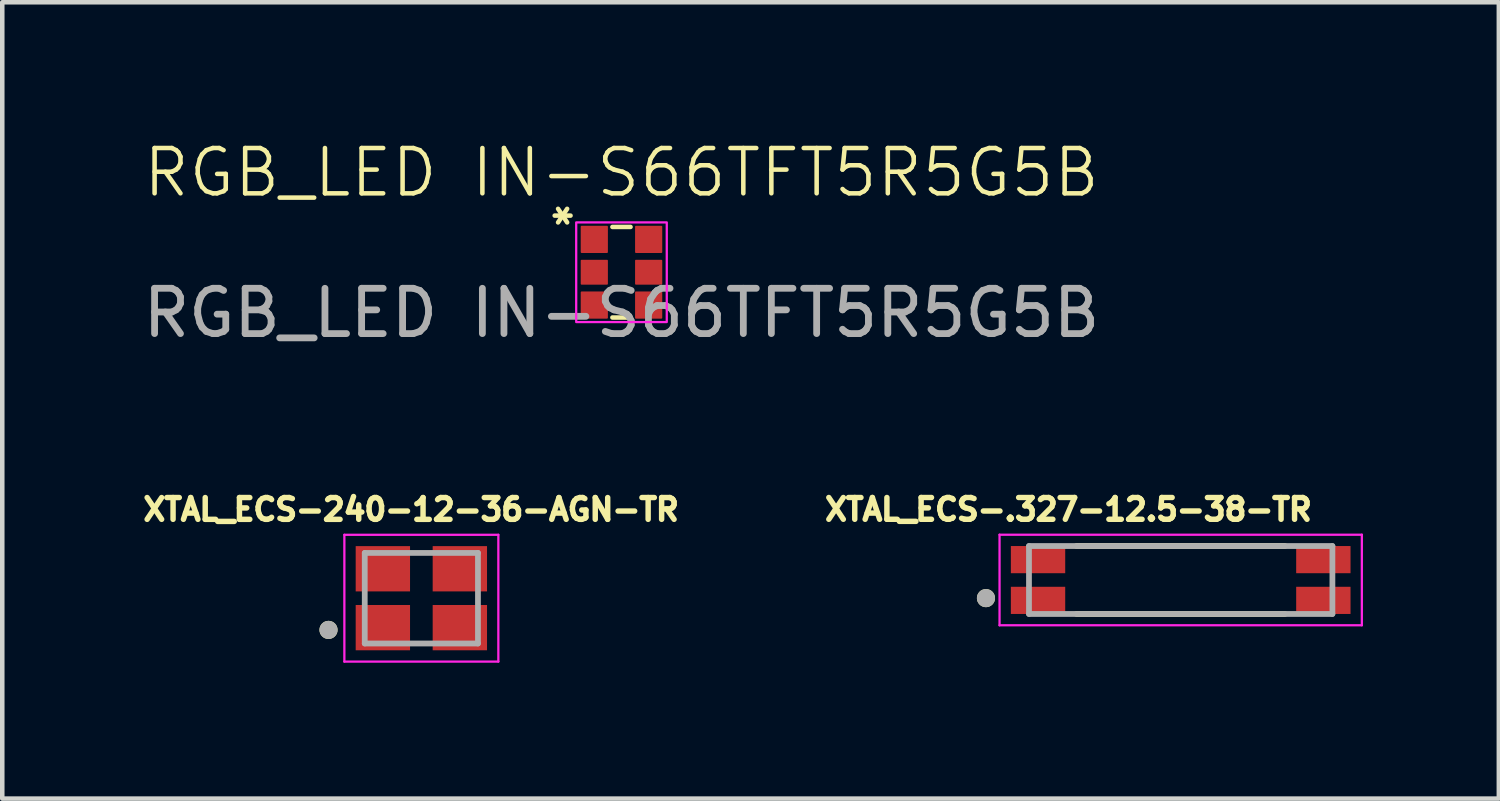
<source format=kicad_pcb>
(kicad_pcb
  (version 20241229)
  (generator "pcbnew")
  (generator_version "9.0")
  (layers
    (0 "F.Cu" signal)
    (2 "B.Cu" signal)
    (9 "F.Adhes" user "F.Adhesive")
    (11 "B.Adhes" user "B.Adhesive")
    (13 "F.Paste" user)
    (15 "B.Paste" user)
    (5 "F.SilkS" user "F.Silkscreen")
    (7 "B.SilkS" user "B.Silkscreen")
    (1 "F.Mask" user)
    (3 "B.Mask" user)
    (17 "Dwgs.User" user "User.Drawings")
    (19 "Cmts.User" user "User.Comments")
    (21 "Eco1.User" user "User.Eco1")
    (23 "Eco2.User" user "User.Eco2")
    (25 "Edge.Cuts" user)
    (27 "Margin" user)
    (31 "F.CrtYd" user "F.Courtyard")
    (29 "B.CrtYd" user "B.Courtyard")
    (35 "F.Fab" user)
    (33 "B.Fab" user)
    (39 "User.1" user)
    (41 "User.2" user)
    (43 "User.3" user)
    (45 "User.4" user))
  (footprint "XTAL_ECS-.327-12.5-38-TR"
    (layer "F.Cu")
    (at 23.021 9.757)
    (property "Reference" "XTAL_ECS-.327-12.5-38-TR" (at -2.479 -1.557 0) (layer "F.SilkS") (effects (font (size 0.481 0.481) (thickness 0.15))))
    (attr smd)
    (fp_line (start -2.3 -0.75) (end 2.3 -0.75) (stroke (width 0.127) (type solid)) (layer "F.SilkS"))
    (fp_line (start -2.3 0.75) (end 2.3 0.75) (stroke (width 0.127) (type solid)) (layer "F.SilkS"))
    (fp_circle (center -4.3 0.4) (end -4.2 0.4) (stroke (width 0.2) (type solid)) (fill no) (layer "F.SilkS"))
    (fp_line (start -4 -1) (end 4 -1) (stroke (width 0.05) (type solid)) (layer "F.CrtYd"))
    (fp_line (start -4 1) (end -4 -1) (stroke (width 0.05) (type solid)) (layer "F.CrtYd"))
    (fp_line (start 4 -1) (end 4 1) (stroke (width 0.05) (type solid)) (layer "F.CrtYd"))
    (fp_line (start 4 1) (end -4 1) (stroke (width 0.05) (type solid)) (layer "F.CrtYd"))
    (fp_line (start -3.35 -0.75) (end 3.35 -0.75) (stroke (width 0.127) (type solid)) (layer "F.Fab"))
    (fp_line (start -3.35 0.75) (end -3.35 -0.75) (stroke (width 0.127) (type solid)) (layer "F.Fab"))
    (fp_line (start 3.35 -0.75) (end 3.35 0.75) (stroke (width 0.127) (type solid)) (layer "F.Fab"))
    (fp_line (start 3.35 0.75) (end -3.35 0.75) (stroke (width 0.127) (type solid)) (layer "F.Fab"))
    (fp_circle (center -4.3 0.4) (end -4.2 0.4) (stroke (width 0.2) (type solid)) (fill no) (layer "F.Fab"))
    (pad "1" smd rect (at -3.15 0.45) (size 1.2 0.6) (layers "F.Cu" "F.Mask" "F.Paste"))
    (pad "2" smd rect (at 3.15 0.45) (size 1.2 0.6) (layers "F.Cu" "F.Mask" "F.Paste"))
    (pad "3" smd rect (at 3.15 -0.45) (size 1.2 0.6) (layers "F.Cu" "F.Mask" "F.Paste"))
    (pad "4" smd rect (at -3.15 -0.45) (size 1.2 0.6) (layers "F.Cu" "F.Mask" "F.Paste")))
  (footprint "XTAL_ECS-240-12-36-AGN-TR"
    (layer "F.Cu")
    (at 6.254 10.159)
    (property "Reference" "XTAL_ECS-240-12-36-AGN-TR" (at -0.226 -1.958 0) (layer "F.SilkS") (effects (font (size 0.481 0.481) (thickness 0.15))))
    (attr smd)
    (fp_circle (center -2.05 0.7) (end -1.95 0.7) (stroke (width 0.2) (type solid)) (fill no) (layer "F.SilkS"))
    (fp_line (start -1.7 -1.4) (end -1.7 1.4) (stroke (width 0.05) (type solid)) (layer "F.CrtYd"))
    (fp_line (start -1.7 1.4) (end 1.7 1.4) (stroke (width 0.05) (type solid)) (layer "F.CrtYd"))
    (fp_line (start 1.7 -1.4) (end -1.7 -1.4) (stroke (width 0.05) (type solid)) (layer "F.CrtYd"))
    (fp_line (start 1.7 1.4) (end 1.7 -1.4) (stroke (width 0.05) (type solid)) (layer "F.CrtYd"))
    (fp_line (start -1.25 -1) (end -1.25 1) (stroke (width 0.127) (type solid)) (layer "F.Fab"))
    (fp_line (start -1.25 1) (end 1.25 1) (stroke (width 0.127) (type solid)) (layer "F.Fab"))
    (fp_line (start 1.25 -1) (end -1.25 -1) (stroke (width 0.127) (type solid)) (layer "F.Fab"))
    (fp_line (start 1.25 1) (end 1.25 -1) (stroke (width 0.127) (type solid)) (layer "F.Fab"))
    (fp_circle (center -2.05 0.7) (end -1.95 0.7) (stroke (width 0.2) (type solid)) (fill no) (layer "F.Fab"))
    (pad "1" smd rect (at -0.85 0.65) (size 1.2 1) (layers "F.Cu" "F.Mask" "F.Paste"))
    (pad "2" smd rect (at 0.85 0.65) (size 1.2 1) (layers "F.Cu" "F.Mask" "F.Paste"))
    (pad "3" smd rect (at 0.85 -0.65) (size 1.2 1) (layers "F.Cu" "F.Mask" "F.Paste"))
    (pad "4" smd rect (at -0.85 -0.65) (size 1.2 1) (layers "F.Cu" "F.Mask" "F.Paste")))
  (footprint "RGB_LED IN-S66TFT5R5G5B"
    (layer "F.Cu")
    (at 10.673 2.961)
    (property "Reference" "RGB_LED IN-S66TFT5R5G5B" (at 0 -2.2 0) (unlocked yes) (layer "F.SilkS") (effects (font (size 1 1) (thickness 0.1))))
    (attr smd)
    (fp_line (start -1.475 -1.25) (end -1.125 -1.25) (stroke (width 0.1) (type solid)) (layer "F.SilkS"))
    (fp_line (start -1.4 -1.4) (end -1.2 -1.1) (stroke (width 0.1) (type default)) (layer "F.SilkS"))
    (fp_line (start -1.2 -1.4) (end -1.4 -1.1) (stroke (width 0.1) (type default)) (layer "F.SilkS"))
    (fp_line (start -0.2 -1) (end 0.2 -1) (stroke (width 0.1) (type default)) (layer "F.SilkS"))
    (fp_line (start -0.2 1) (end 0.2 1) (stroke (width 0.1) (type default)) (layer "F.SilkS"))
    (fp_rect (start -1 -1.1) (end 1 1.1) (stroke (width 0.05) (type default)) (fill no) (layer "F.CrtYd"))
    (fp_text user "${REFERENCE}" (at 0 0.9 0) (unlocked yes) (layer "F.Fab") (effects (font (size 1 1) (thickness 0.15))))
    (pad "1" smd roundrect (at -0.6 -0.725) (size 0.6 0.6) (layers "F.Cu" "F.Mask" "F.Paste") (roundrect_rratio 0.033))
    (pad "2" smd roundrect (at -0.6 0) (size 0.6 0.55) (layers "F.Cu" "F.Mask" "F.Paste") (roundrect_rratio 0.036))
    (pad "3" smd roundrect (at -0.6 0.725) (size 0.6 0.6) (layers "F.Cu" "F.Mask" "F.Paste") (roundrect_rratio 0.033))
    (pad "4" smd roundrect (at 0.6 0.725) (size 0.6 0.6) (layers "F.Cu" "F.Mask" "F.Paste") (roundrect_rratio 0.033))
    (pad "5" smd roundrect (at 0.6 0) (size 0.6 0.55) (layers "F.Cu" "F.Mask" "F.Paste") (roundrect_rratio 0.036))
    (pad "6" smd roundrect (at 0.6 -0.725) (size 0.6 0.6) (layers "F.Cu" "F.Mask" "F.Paste") (roundrect_rratio 0.033)))
  (gr_rect
    (start -3 -3)
    (end 30.046 14.584)
    (stroke (width 0.1) (type default))
    (fill no)
    (layer "Edge.Cuts")))
</source>
